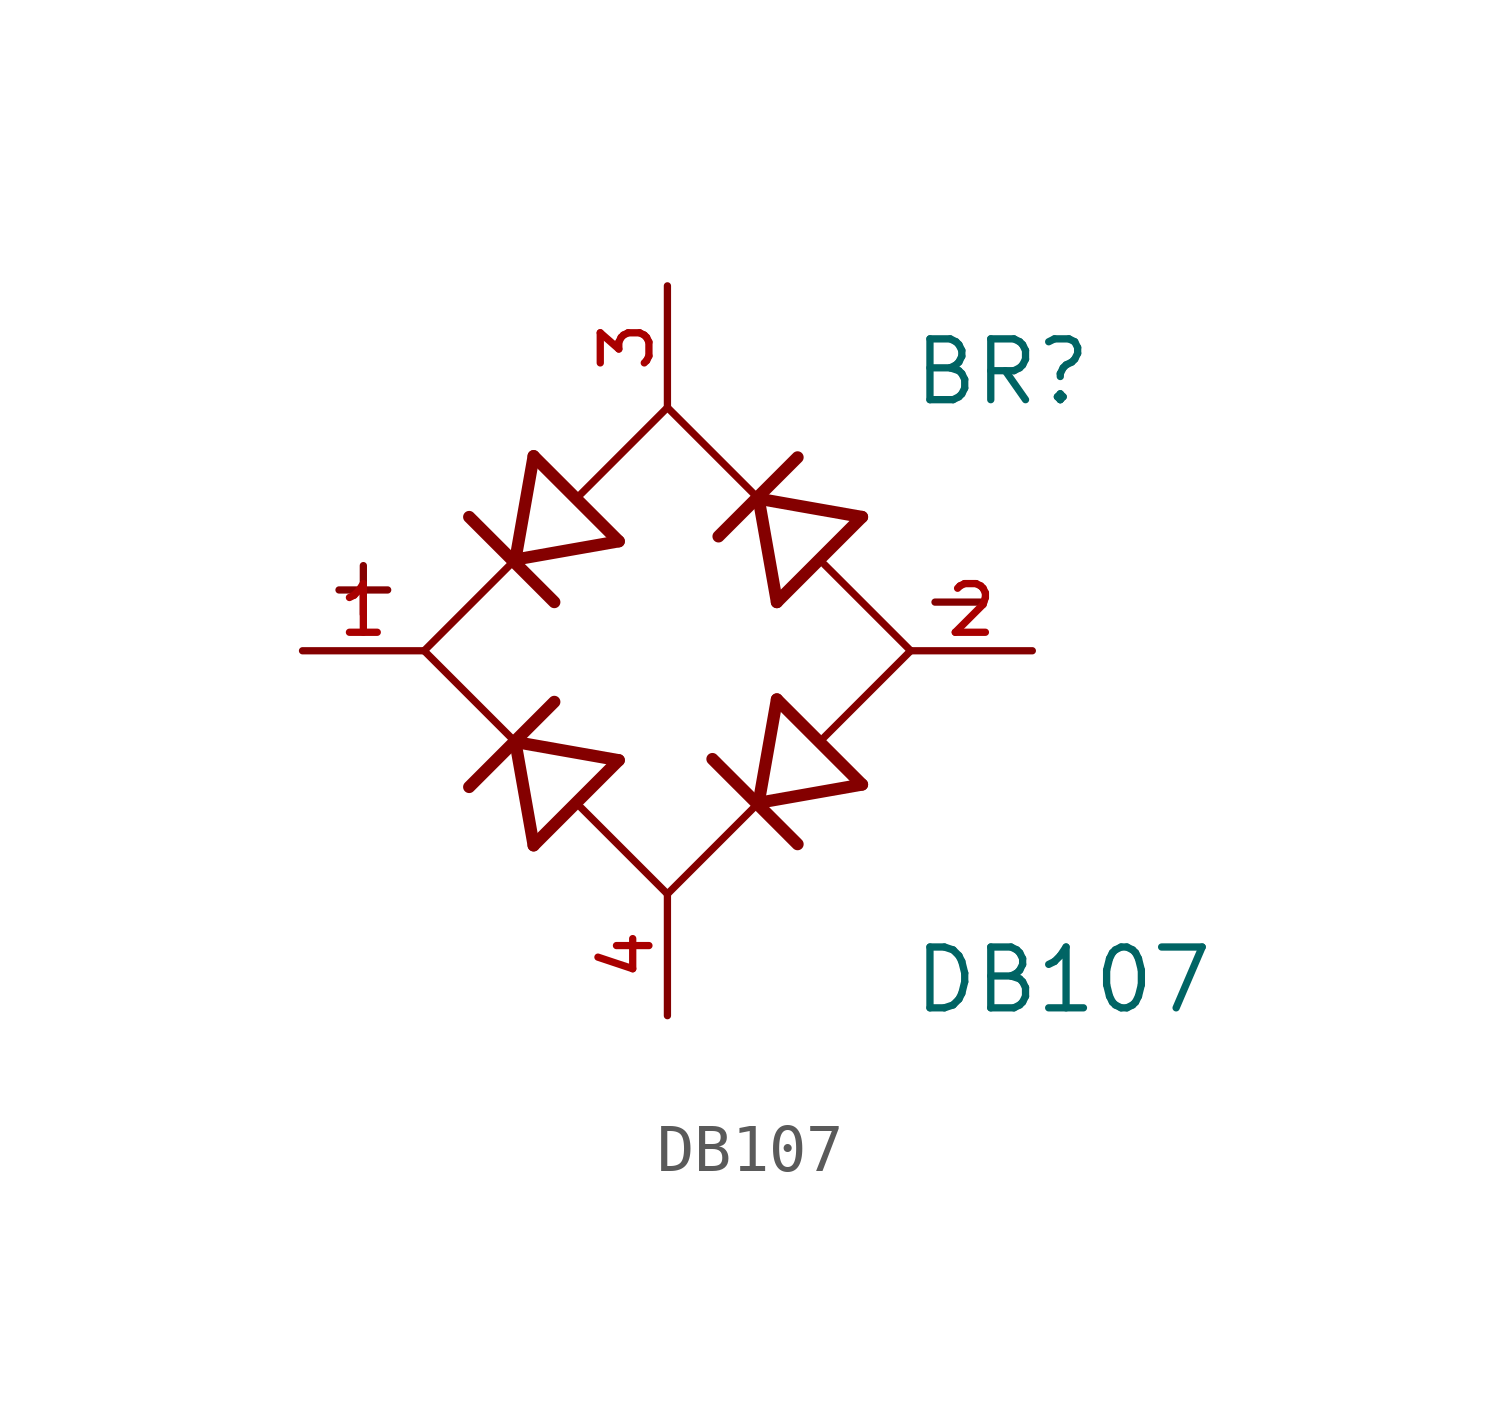
<source format=kicad_sym>
(kicad_symbol_lib
  (version 20211014)
  (generator kicad_symbol_editor)
  (symbol "DB107"
    (pin_names
      (offset 1.016))
    (property "Reference" "BR"
      (at 5.08 5.08 0)
      (effects (font (size 1.27 1.27)) (justify bottom left)))
    (property "Value" "DB107"
      (at 5.08 -7.62 0)
      (effects (font (size 1.27 1.27)) (justify bottom left)))
    (symbol "DB107_0_0"
      (polyline (pts (xy 1.905 -3.175) (xy 4.064 -2.794)) (stroke (width 0.254)))
      (polyline (pts (xy 1.905 -3.175) (xy 2.286 -1.016)) (stroke (width 0.254)))
      (polyline (pts (xy 2.718 -4.039) (xy 0.94 -2.261)) (stroke (width 0.254)))
      (polyline (pts (xy 1.905 3.175) (xy 4.064 2.794)) (stroke (width 0.254)))
      (polyline (pts (xy 1.905 3.175) (xy 2.286 1.016)) (stroke (width 0.254)))
      (polyline (pts (xy 2.718 4.039) (xy 1.067 2.388)) (stroke (width 0.254)))
      (polyline (pts (xy -3.175 1.905) (xy -2.794 4.064)) (stroke (width 0.254)))
      (polyline (pts (xy -3.175 1.905) (xy -1.016 2.286)) (stroke (width 0.254)))
      (polyline (pts (xy -2.362 1.016) (xy -4.14 2.794)) (stroke (width 0.254)))
      (polyline (pts (xy -3.175 -1.905) (xy -2.794 -4.064)) (stroke (width 0.254)))
      (polyline (pts (xy -3.175 -1.905) (xy -1.016 -2.286)) (stroke (width 0.254)))
      (polyline (pts (xy -2.362 -1.067) (xy -4.14 -2.845)) (stroke (width 0.254)))
      (polyline (pts (xy -5.08 0.0) (xy -3.175 -1.905)) (stroke (width 0.152)))
      (polyline (pts (xy 0.0 -5.08) (xy 1.905 -3.175)) (stroke (width 0.152)))
      (polyline (pts (xy 3.277 -1.803) (xy 5.08 0.0)) (stroke (width 0.152)))
      (polyline (pts (xy 4.064 -2.794) (xy 2.286 -1.016)) (stroke (width 0.254)))
      (polyline (pts (xy 5.08 0.0) (xy 3.277 1.803)) (stroke (width 0.152)))
      (polyline (pts (xy 4.064 2.794) (xy 2.286 1.016)) (stroke (width 0.254)))
      (polyline (pts (xy 1.905 3.175) (xy 0.0 5.08)) (stroke (width 0.152)))
      (polyline (pts (xy 0.0 5.08) (xy -1.803 3.277)) (stroke (width 0.152)))
      (polyline (pts (xy -1.016 2.286) (xy -2.794 4.064)) (stroke (width 0.254)))
      (polyline (pts (xy -3.175 1.905) (xy -5.08 0.0)) (stroke (width 0.152)))
      (polyline (pts (xy 0.0 -5.08) (xy -1.803 -3.277)) (stroke (width 0.152)))
      (polyline (pts (xy -1.016 -2.286) (xy -2.794 -4.064)) (stroke (width 0.254)))
      (polyline (pts (xy 5.588 1.016) (xy 6.604 1.016)) (stroke (width 0.152)))
      (polyline (pts (xy -6.858 1.27) (xy -5.842 1.27)) (stroke (width 0.152)))
      (polyline (pts (xy -6.35 0.762) (xy -6.35 1.778)) (stroke (width 0.152)))
      (pin passive line (at 0.0 7.62 270.0) (length 2.54) (name "~" (effects (font (size 1.016 1.016)))) (number "3" (effects (font (size 1.016 1.016)))))
      (pin passive line (at -7.62 0.0 0) (length 2.54) (name "~" (effects (font (size 1.016 1.016)))) (number "1" (effects (font (size 1.016 1.016)))))
      (pin passive line (at 0.0 -7.62 90.0) (length 2.54) (name "~" (effects (font (size 1.016 1.016)))) (number "4" (effects (font (size 1.016 1.016)))))
      (pin passive line (at 7.62 0.0 180.0) (length 2.54) (name "~" (effects (font (size 1.016 1.016)))) (number "2" (effects (font (size 1.016 1.016))))))))
</source>
